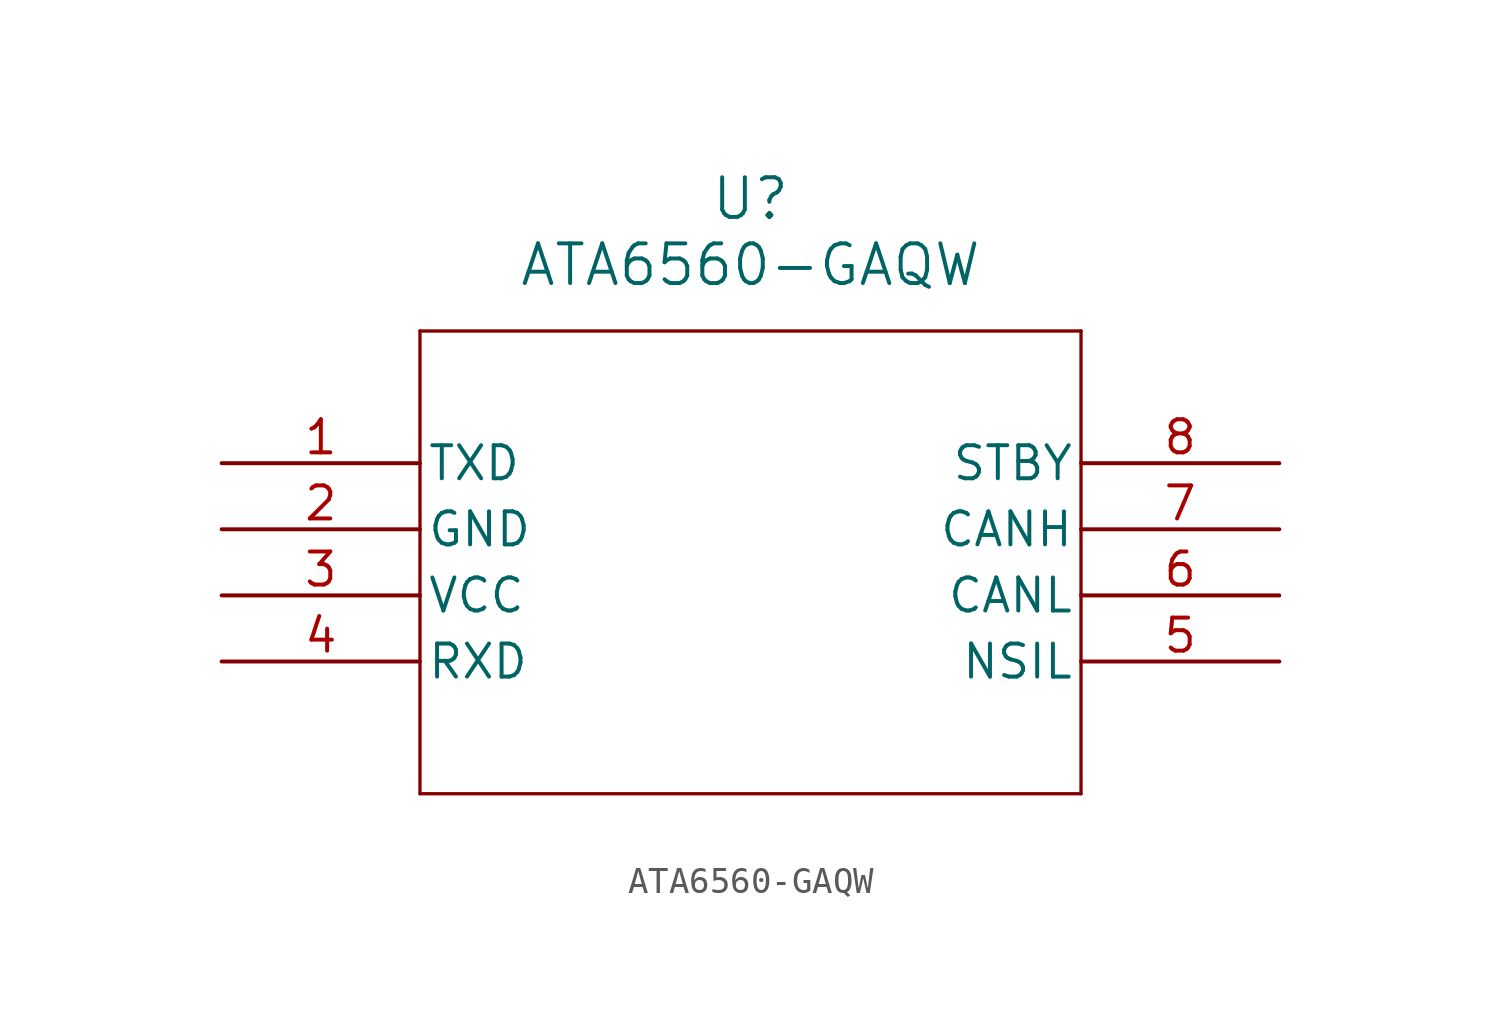
<source format=kicad_sym>
(kicad_symbol_lib
  (version 20211014)
  (generator kicad_symbol_editor)
  (symbol "ATA6560-GAQW"
    (pin_names
      (offset 0.254))
    (property "Reference" "U"
      (at 20.32 10.16 0)
      (effects (font (size 1.524 1.524))))
    (property "Value" "ATA6560-GAQW"
      (at 20.32 7.62 0)
      (effects (font (size 1.524 1.524))))
    (symbol "ATA6560-GAQW_0_1"
      (polyline (pts (xy 7.62 5.08) (xy 7.62 -12.7)) (stroke (width 0.127) (type default) (color 0 0 0 0)) (fill (type none)))
      (polyline (pts (xy 7.62 -12.7) (xy 33.02 -12.7)) (stroke (width 0.127) (type default) (color 0 0 0 0)) (fill (type none)))
      (polyline (pts (xy 33.02 -12.7) (xy 33.02 5.08)) (stroke (width 0.127) (type default) (color 0 0 0 0)) (fill (type none)))
      (polyline (pts (xy 33.02 5.08) (xy 7.62 5.08)) (stroke (width 0.127) (type default) (color 0 0 0 0)) (fill (type none)))
      (pin unspecified line (at 0 0 0) (length 7.62) (name "TXD" (effects (font (size 1.27 1.27)))) (number "1" (effects (font (size 1.27 1.27)))))
      (pin power_out line (at 0 -2.54 0) (length 7.62) (name "GND" (effects (font (size 1.27 1.27)))) (number "2" (effects (font (size 1.27 1.27)))))
      (pin power_in line (at 0 -5.08 0) (length 7.62) (name "VCC" (effects (font (size 1.27 1.27)))) (number "3" (effects (font (size 1.27 1.27)))))
      (pin unspecified line (at 0 -7.62 0) (length 7.62) (name "RXD" (effects (font (size 1.27 1.27)))) (number "4" (effects (font (size 1.27 1.27)))))
      (pin unspecified line (at 40.64 -7.62 180) (length 7.62) (name "NSIL" (effects (font (size 1.27 1.27)))) (number "5" (effects (font (size 1.27 1.27)))))
      (pin unspecified line (at 40.64 -5.08 180) (length 7.62) (name "CANL" (effects (font (size 1.27 1.27)))) (number "6" (effects (font (size 1.27 1.27)))))
      (pin unspecified line (at 40.64 -2.54 180) (length 7.62) (name "CANH" (effects (font (size 1.27 1.27)))) (number "7" (effects (font (size 1.27 1.27)))))
      (pin unspecified line (at 40.64 0 180) (length 7.62) (name "STBY" (effects (font (size 1.27 1.27)))) (number "8" (effects (font (size 1.27 1.27))))))))
</source>
